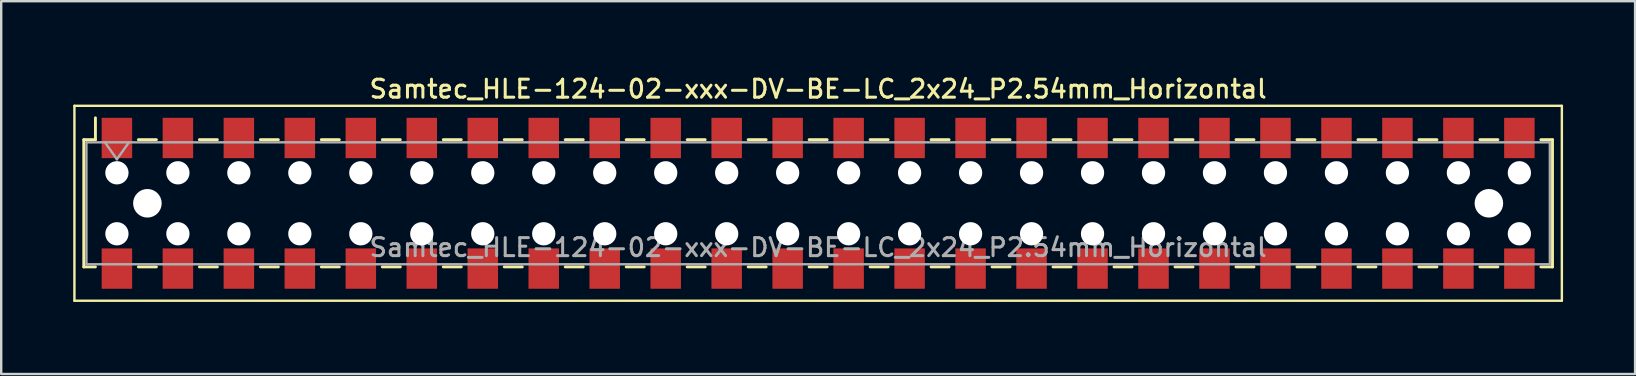
<source format=kicad_pcb>
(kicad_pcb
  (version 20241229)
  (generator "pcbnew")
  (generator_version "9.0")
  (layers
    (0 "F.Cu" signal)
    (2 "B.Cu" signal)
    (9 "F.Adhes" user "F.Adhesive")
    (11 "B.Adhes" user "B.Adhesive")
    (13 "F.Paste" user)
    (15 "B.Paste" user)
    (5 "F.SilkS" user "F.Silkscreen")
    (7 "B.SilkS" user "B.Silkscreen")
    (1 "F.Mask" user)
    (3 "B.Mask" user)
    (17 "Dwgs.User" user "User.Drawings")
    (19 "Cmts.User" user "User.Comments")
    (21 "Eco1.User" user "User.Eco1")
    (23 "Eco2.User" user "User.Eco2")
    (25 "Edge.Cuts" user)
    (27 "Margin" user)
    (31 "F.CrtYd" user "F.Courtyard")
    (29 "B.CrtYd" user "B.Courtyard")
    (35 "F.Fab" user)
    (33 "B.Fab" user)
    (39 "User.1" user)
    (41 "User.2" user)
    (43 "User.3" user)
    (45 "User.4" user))
  (footprint "Samtec_HLE-124-02-xxx-DV-BE-LC_2x24_P2.54mm_Horizontal"
    (layer "F.Cu")
    (at 31.03 5.418)
    (property "Reference" "Samtec_HLE-124-02-xxx-DV-BE-LC_2x24_P2.54mm_Horizontal" (at 0 -4.76 0) (layer "F.SilkS") (effects (font (size 0.75 0.75) (thickness 0.125))))
    (attr smd)
    (fp_line (start -30.98 -4.06) (end 30.98 -4.06) (stroke (width 0.1) (type solid)) (layer "F.SilkS"))
    (fp_line (start -30.98 4.06) (end -30.98 -4.06) (stroke (width 0.1) (type solid)) (layer "F.SilkS"))
    (fp_line (start -30.59 -2.65) (end -30.59 2.65) (stroke (width 0.12) (type solid)) (layer "F.SilkS"))
    (fp_line (start -30.59 2.65) (end -30.105 2.65) (stroke (width 0.12) (type solid)) (layer "F.SilkS"))
    (fp_line (start -30.105 -3.56) (end -30.105 -2.65) (stroke (width 0.12) (type solid)) (layer "F.SilkS"))
    (fp_line (start -30.105 -2.65) (end -30.59 -2.65) (stroke (width 0.12) (type solid)) (layer "F.SilkS"))
    (fp_line (start -28.315 -2.65) (end -27.565 -2.65) (stroke (width 0.12) (type solid)) (layer "F.SilkS"))
    (fp_line (start -28.315 2.65) (end -27.565 2.65) (stroke (width 0.12) (type solid)) (layer "F.SilkS"))
    (fp_line (start -25.775 -2.65) (end -25.025 -2.65) (stroke (width 0.12) (type solid)) (layer "F.SilkS"))
    (fp_line (start -25.775 2.65) (end -25.025 2.65) (stroke (width 0.12) (type solid)) (layer "F.SilkS"))
    (fp_line (start -23.235 -2.65) (end -22.485 -2.65) (stroke (width 0.12) (type solid)) (layer "F.SilkS"))
    (fp_line (start -23.235 2.65) (end -22.485 2.65) (stroke (width 0.12) (type solid)) (layer "F.SilkS"))
    (fp_line (start -20.695 -2.65) (end -19.945 -2.65) (stroke (width 0.12) (type solid)) (layer "F.SilkS"))
    (fp_line (start -20.695 2.65) (end -19.945 2.65) (stroke (width 0.12) (type solid)) (layer "F.SilkS"))
    (fp_line (start -18.155 -2.65) (end -17.405 -2.65) (stroke (width 0.12) (type solid)) (layer "F.SilkS"))
    (fp_line (start -18.155 2.65) (end -17.405 2.65) (stroke (width 0.12) (type solid)) (layer "F.SilkS"))
    (fp_line (start -15.615 -2.65) (end -14.865 -2.65) (stroke (width 0.12) (type solid)) (layer "F.SilkS"))
    (fp_line (start -15.615 2.65) (end -14.865 2.65) (stroke (width 0.12) (type solid)) (layer "F.SilkS"))
    (fp_line (start -13.075 -2.65) (end -12.325 -2.65) (stroke (width 0.12) (type solid)) (layer "F.SilkS"))
    (fp_line (start -13.075 2.65) (end -12.325 2.65) (stroke (width 0.12) (type solid)) (layer "F.SilkS"))
    (fp_line (start -10.535 -2.65) (end -9.785 -2.65) (stroke (width 0.12) (type solid)) (layer "F.SilkS"))
    (fp_line (start -10.535 2.65) (end -9.785 2.65) (stroke (width 0.12) (type solid)) (layer "F.SilkS"))
    (fp_line (start -7.995 -2.65) (end -7.245 -2.65) (stroke (width 0.12) (type solid)) (layer "F.SilkS"))
    (fp_line (start -7.995 2.65) (end -7.245 2.65) (stroke (width 0.12) (type solid)) (layer "F.SilkS"))
    (fp_line (start -5.455 -2.65) (end -4.705 -2.65) (stroke (width 0.12) (type solid)) (layer "F.SilkS"))
    (fp_line (start -5.455 2.65) (end -4.705 2.65) (stroke (width 0.12) (type solid)) (layer "F.SilkS"))
    (fp_line (start -2.915 -2.65) (end -2.165 -2.65) (stroke (width 0.12) (type solid)) (layer "F.SilkS"))
    (fp_line (start -2.915 2.65) (end -2.165 2.65) (stroke (width 0.12) (type solid)) (layer "F.SilkS"))
    (fp_line (start -0.375 -2.65) (end 0.375 -2.65) (stroke (width 0.12) (type solid)) (layer "F.SilkS"))
    (fp_line (start -0.375 2.65) (end 0.375 2.65) (stroke (width 0.12) (type solid)) (layer "F.SilkS"))
    (fp_line (start 2.165 -2.65) (end 2.915 -2.65) (stroke (width 0.12) (type solid)) (layer "F.SilkS"))
    (fp_line (start 2.165 2.65) (end 2.915 2.65) (stroke (width 0.12) (type solid)) (layer "F.SilkS"))
    (fp_line (start 4.705 -2.65) (end 5.455 -2.65) (stroke (width 0.12) (type solid)) (layer "F.SilkS"))
    (fp_line (start 4.705 2.65) (end 5.455 2.65) (stroke (width 0.12) (type solid)) (layer "F.SilkS"))
    (fp_line (start 7.245 -2.65) (end 7.995 -2.65) (stroke (width 0.12) (type solid)) (layer "F.SilkS"))
    (fp_line (start 7.245 2.65) (end 7.995 2.65) (stroke (width 0.12) (type solid)) (layer "F.SilkS"))
    (fp_line (start 9.785 -2.65) (end 10.535 -2.65) (stroke (width 0.12) (type solid)) (layer "F.SilkS"))
    (fp_line (start 9.785 2.65) (end 10.535 2.65) (stroke (width 0.12) (type solid)) (layer "F.SilkS"))
    (fp_line (start 12.325 -2.65) (end 13.075 -2.65) (stroke (width 0.12) (type solid)) (layer "F.SilkS"))
    (fp_line (start 12.325 2.65) (end 13.075 2.65) (stroke (width 0.12) (type solid)) (layer "F.SilkS"))
    (fp_line (start 14.865 -2.65) (end 15.615 -2.65) (stroke (width 0.12) (type solid)) (layer "F.SilkS"))
    (fp_line (start 14.865 2.65) (end 15.615 2.65) (stroke (width 0.12) (type solid)) (layer "F.SilkS"))
    (fp_line (start 17.405 -2.65) (end 18.155 -2.65) (stroke (width 0.12) (type solid)) (layer "F.SilkS"))
    (fp_line (start 17.405 2.65) (end 18.155 2.65) (stroke (width 0.12) (type solid)) (layer "F.SilkS"))
    (fp_line (start 19.945 -2.65) (end 20.695 -2.65) (stroke (width 0.12) (type solid)) (layer "F.SilkS"))
    (fp_line (start 19.945 2.65) (end 20.695 2.65) (stroke (width 0.12) (type solid)) (layer "F.SilkS"))
    (fp_line (start 22.485 -2.65) (end 23.235 -2.65) (stroke (width 0.12) (type solid)) (layer "F.SilkS"))
    (fp_line (start 22.485 2.65) (end 23.235 2.65) (stroke (width 0.12) (type solid)) (layer "F.SilkS"))
    (fp_line (start 25.025 -2.65) (end 25.775 -2.65) (stroke (width 0.12) (type solid)) (layer "F.SilkS"))
    (fp_line (start 25.025 2.65) (end 25.775 2.65) (stroke (width 0.12) (type solid)) (layer "F.SilkS"))
    (fp_line (start 27.565 -2.65) (end 28.315 -2.65) (stroke (width 0.12) (type solid)) (layer "F.SilkS"))
    (fp_line (start 27.565 2.65) (end 28.315 2.65) (stroke (width 0.12) (type solid)) (layer "F.SilkS"))
    (fp_line (start 30.105 -2.65) (end 30.59 -2.65) (stroke (width 0.12) (type solid)) (layer "F.SilkS"))
    (fp_line (start 30.59 -2.65) (end 30.59 2.65) (stroke (width 0.12) (type solid)) (layer "F.SilkS"))
    (fp_line (start 30.59 2.65) (end 30.105 2.65) (stroke (width 0.12) (type solid)) (layer "F.SilkS"))
    (fp_line (start 30.98 -4.06) (end 30.98 4.06) (stroke (width 0.1) (type solid)) (layer "F.SilkS"))
    (fp_line (start 30.98 4.06) (end -30.98 4.06) (stroke (width 0.1) (type solid)) (layer "F.SilkS"))
    (fp_line (start -30.48 -2.54) (end 30.48 -2.54) (stroke (width 0.1) (type solid)) (layer "F.Fab"))
    (fp_line (start -30.48 2.54) (end -30.48 -2.54) (stroke (width 0.1) (type solid)) (layer "F.Fab"))
    (fp_line (start -29.71 -2.54) (end -29.21 -1.833) (stroke (width 0.1) (type solid)) (layer "F.Fab"))
    (fp_line (start -29.21 -1.833) (end -28.71 -2.54) (stroke (width 0.1) (type solid)) (layer "F.Fab"))
    (fp_line (start 30.48 -2.54) (end 30.48 2.54) (stroke (width 0.1) (type solid)) (layer "F.Fab"))
    (fp_line (start 30.48 2.54) (end -30.48 2.54) (stroke (width 0.1) (type solid)) (layer "F.Fab"))
    (fp_text user "${REFERENCE}" (at 0 1.84 0) (layer "F.Fab") (effects (font (size 0.75 0.75) (thickness 0.125))))
    (pad "" np_thru_hole circle (at -29.21 -1.27) (size 0.97 0.97) (drill 0.97) (layers "*.Cu" "*.Mask"))
    (pad "" np_thru_hole circle (at -29.21 1.27) (size 0.97 0.97) (drill 0.97) (layers "*.Cu" "*.Mask"))
    (pad "" np_thru_hole circle (at -27.94 0) (size 1.19 1.19) (drill 1.19) (layers "*.Cu" "*.Mask"))
    (pad "" np_thru_hole circle (at -26.67 -1.27) (size 0.97 0.97) (drill 0.97) (layers "*.Cu" "*.Mask"))
    (pad "" np_thru_hole circle (at -26.67 1.27) (size 0.97 0.97) (drill 0.97) (layers "*.Cu" "*.Mask"))
    (pad "" np_thru_hole circle (at -24.13 -1.27) (size 0.97 0.97) (drill 0.97) (layers "*.Cu" "*.Mask"))
    (pad "" np_thru_hole circle (at -24.13 1.27) (size 0.97 0.97) (drill 0.97) (layers "*.Cu" "*.Mask"))
    (pad "" np_thru_hole circle (at -21.59 -1.27) (size 0.97 0.97) (drill 0.97) (layers "*.Cu" "*.Mask"))
    (pad "" np_thru_hole circle (at -21.59 1.27) (size 0.97 0.97) (drill 0.97) (layers "*.Cu" "*.Mask"))
    (pad "" np_thru_hole circle (at -19.05 -1.27) (size 0.97 0.97) (drill 0.97) (layers "*.Cu" "*.Mask"))
    (pad "" np_thru_hole circle (at -19.05 1.27) (size 0.97 0.97) (drill 0.97) (layers "*.Cu" "*.Mask"))
    (pad "" np_thru_hole circle (at -16.51 -1.27) (size 0.97 0.97) (drill 0.97) (layers "*.Cu" "*.Mask"))
    (pad "" np_thru_hole circle (at -16.51 1.27) (size 0.97 0.97) (drill 0.97) (layers "*.Cu" "*.Mask"))
    (pad "" np_thru_hole circle (at -13.97 -1.27) (size 0.97 0.97) (drill 0.97) (layers "*.Cu" "*.Mask"))
    (pad "" np_thru_hole circle (at -13.97 1.27) (size 0.97 0.97) (drill 0.97) (layers "*.Cu" "*.Mask"))
    (pad "" np_thru_hole circle (at -11.43 -1.27) (size 0.97 0.97) (drill 0.97) (layers "*.Cu" "*.Mask"))
    (pad "" np_thru_hole circle (at -11.43 1.27) (size 0.97 0.97) (drill 0.97) (layers "*.Cu" "*.Mask"))
    (pad "" np_thru_hole circle (at -8.89 -1.27) (size 0.97 0.97) (drill 0.97) (layers "*.Cu" "*.Mask"))
    (pad "" np_thru_hole circle (at -8.89 1.27) (size 0.97 0.97) (drill 0.97) (layers "*.Cu" "*.Mask"))
    (pad "" np_thru_hole circle (at -6.35 -1.27) (size 0.97 0.97) (drill 0.97) (layers "*.Cu" "*.Mask"))
    (pad "" np_thru_hole circle (at -6.35 1.27) (size 0.97 0.97) (drill 0.97) (layers "*.Cu" "*.Mask"))
    (pad "" np_thru_hole circle (at -3.81 -1.27) (size 0.97 0.97) (drill 0.97) (layers "*.Cu" "*.Mask"))
    (pad "" np_thru_hole circle (at -3.81 1.27) (size 0.97 0.97) (drill 0.97) (layers "*.Cu" "*.Mask"))
    (pad "" np_thru_hole circle (at -1.27 -1.27) (size 0.97 0.97) (drill 0.97) (layers "*.Cu" "*.Mask"))
    (pad "" np_thru_hole circle (at -1.27 1.27) (size 0.97 0.97) (drill 0.97) (layers "*.Cu" "*.Mask"))
    (pad "" np_thru_hole circle (at 1.27 -1.27) (size 0.97 0.97) (drill 0.97) (layers "*.Cu" "*.Mask"))
    (pad "" np_thru_hole circle (at 1.27 1.27) (size 0.97 0.97) (drill 0.97) (layers "*.Cu" "*.Mask"))
    (pad "" np_thru_hole circle (at 3.81 -1.27) (size 0.97 0.97) (drill 0.97) (layers "*.Cu" "*.Mask"))
    (pad "" np_thru_hole circle (at 3.81 1.27) (size 0.97 0.97) (drill 0.97) (layers "*.Cu" "*.Mask"))
    (pad "" np_thru_hole circle (at 6.35 -1.27) (size 0.97 0.97) (drill 0.97) (layers "*.Cu" "*.Mask"))
    (pad "" np_thru_hole circle (at 6.35 1.27) (size 0.97 0.97) (drill 0.97) (layers "*.Cu" "*.Mask"))
    (pad "" np_thru_hole circle (at 8.89 -1.27) (size 0.97 0.97) (drill 0.97) (layers "*.Cu" "*.Mask"))
    (pad "" np_thru_hole circle (at 8.89 1.27) (size 0.97 0.97) (drill 0.97) (layers "*.Cu" "*.Mask"))
    (pad "" np_thru_hole circle (at 11.43 -1.27) (size 0.97 0.97) (drill 0.97) (layers "*.Cu" "*.Mask"))
    (pad "" np_thru_hole circle (at 11.43 1.27) (size 0.97 0.97) (drill 0.97) (layers "*.Cu" "*.Mask"))
    (pad "" np_thru_hole circle (at 13.97 -1.27) (size 0.97 0.97) (drill 0.97) (layers "*.Cu" "*.Mask"))
    (pad "" np_thru_hole circle (at 13.97 1.27) (size 0.97 0.97) (drill 0.97) (layers "*.Cu" "*.Mask"))
    (pad "" np_thru_hole circle (at 16.51 -1.27) (size 0.97 0.97) (drill 0.97) (layers "*.Cu" "*.Mask"))
    (pad "" np_thru_hole circle (at 16.51 1.27) (size 0.97 0.97) (drill 0.97) (layers "*.Cu" "*.Mask"))
    (pad "" np_thru_hole circle (at 19.05 -1.27) (size 0.97 0.97) (drill 0.97) (layers "*.Cu" "*.Mask"))
    (pad "" np_thru_hole circle (at 19.05 1.27) (size 0.97 0.97) (drill 0.97) (layers "*.Cu" "*.Mask"))
    (pad "" np_thru_hole circle (at 21.59 -1.27) (size 0.97 0.97) (drill 0.97) (layers "*.Cu" "*.Mask"))
    (pad "" np_thru_hole circle (at 21.59 1.27) (size 0.97 0.97) (drill 0.97) (layers "*.Cu" "*.Mask"))
    (pad "" np_thru_hole circle (at 24.13 -1.27) (size 0.97 0.97) (drill 0.97) (layers "*.Cu" "*.Mask"))
    (pad "" np_thru_hole circle (at 24.13 1.27) (size 0.97 0.97) (drill 0.97) (layers "*.Cu" "*.Mask"))
    (pad "" np_thru_hole circle (at 26.67 -1.27) (size 0.97 0.97) (drill 0.97) (layers "*.Cu" "*.Mask"))
    (pad "" np_thru_hole circle (at 26.67 1.27) (size 0.97 0.97) (drill 0.97) (layers "*.Cu" "*.Mask"))
    (pad "" np_thru_hole circle (at 27.94 0) (size 1.19 1.19) (drill 1.19) (layers "*.Cu" "*.Mask"))
    (pad "" np_thru_hole circle (at 29.21 -1.27) (size 0.97 0.97) (drill 0.97) (layers "*.Cu" "*.Mask"))
    (pad "" np_thru_hole circle (at 29.21 1.27) (size 0.97 0.97) (drill 0.97) (layers "*.Cu" "*.Mask"))
    (pad "1" smd rect (at -29.21 -2.72) (size 1.27 1.68) (layers "F.Cu" "F.Mask" "F.Paste"))
    (pad "2" smd rect (at -29.21 2.72) (size 1.27 1.68) (layers "F.Cu" "F.Mask" "F.Paste"))
    (pad "3" smd rect (at -26.67 -2.72) (size 1.27 1.68) (layers "F.Cu" "F.Mask" "F.Paste"))
    (pad "4" smd rect (at -26.67 2.72) (size 1.27 1.68) (layers "F.Cu" "F.Mask" "F.Paste"))
    (pad "5" smd rect (at -24.13 -2.72) (size 1.27 1.68) (layers "F.Cu" "F.Mask" "F.Paste"))
    (pad "6" smd rect (at -24.13 2.72) (size 1.27 1.68) (layers "F.Cu" "F.Mask" "F.Paste"))
    (pad "7" smd rect (at -21.59 -2.72) (size 1.27 1.68) (layers "F.Cu" "F.Mask" "F.Paste"))
    (pad "8" smd rect (at -21.59 2.72) (size 1.27 1.68) (layers "F.Cu" "F.Mask" "F.Paste"))
    (pad "9" smd rect (at -19.05 -2.72) (size 1.27 1.68) (layers "F.Cu" "F.Mask" "F.Paste"))
    (pad "10" smd rect (at -19.05 2.72) (size 1.27 1.68) (layers "F.Cu" "F.Mask" "F.Paste"))
    (pad "11" smd rect (at -16.51 -2.72) (size 1.27 1.68) (layers "F.Cu" "F.Mask" "F.Paste"))
    (pad "12" smd rect (at -16.51 2.72) (size 1.27 1.68) (layers "F.Cu" "F.Mask" "F.Paste"))
    (pad "13" smd rect (at -13.97 -2.72) (size 1.27 1.68) (layers "F.Cu" "F.Mask" "F.Paste"))
    (pad "14" smd rect (at -13.97 2.72) (size 1.27 1.68) (layers "F.Cu" "F.Mask" "F.Paste"))
    (pad "15" smd rect (at -11.43 -2.72) (size 1.27 1.68) (layers "F.Cu" "F.Mask" "F.Paste"))
    (pad "16" smd rect (at -11.43 2.72) (size 1.27 1.68) (layers "F.Cu" "F.Mask" "F.Paste"))
    (pad "17" smd rect (at -8.89 -2.72) (size 1.27 1.68) (layers "F.Cu" "F.Mask" "F.Paste"))
    (pad "18" smd rect (at -8.89 2.72) (size 1.27 1.68) (layers "F.Cu" "F.Mask" "F.Paste"))
    (pad "19" smd rect (at -6.35 -2.72) (size 1.27 1.68) (layers "F.Cu" "F.Mask" "F.Paste"))
    (pad "20" smd rect (at -6.35 2.72) (size 1.27 1.68) (layers "F.Cu" "F.Mask" "F.Paste"))
    (pad "21" smd rect (at -3.81 -2.72) (size 1.27 1.68) (layers "F.Cu" "F.Mask" "F.Paste"))
    (pad "22" smd rect (at -3.81 2.72) (size 1.27 1.68) (layers "F.Cu" "F.Mask" "F.Paste"))
    (pad "23" smd rect (at -1.27 -2.72) (size 1.27 1.68) (layers "F.Cu" "F.Mask" "F.Paste"))
    (pad "24" smd rect (at -1.27 2.72) (size 1.27 1.68) (layers "F.Cu" "F.Mask" "F.Paste"))
    (pad "25" smd rect (at 1.27 -2.72) (size 1.27 1.68) (layers "F.Cu" "F.Mask" "F.Paste"))
    (pad "26" smd rect (at 1.27 2.72) (size 1.27 1.68) (layers "F.Cu" "F.Mask" "F.Paste"))
    (pad "27" smd rect (at 3.81 -2.72) (size 1.27 1.68) (layers "F.Cu" "F.Mask" "F.Paste"))
    (pad "28" smd rect (at 3.81 2.72) (size 1.27 1.68) (layers "F.Cu" "F.Mask" "F.Paste"))
    (pad "29" smd rect (at 6.35 -2.72) (size 1.27 1.68) (layers "F.Cu" "F.Mask" "F.Paste"))
    (pad "30" smd rect (at 6.35 2.72) (size 1.27 1.68) (layers "F.Cu" "F.Mask" "F.Paste"))
    (pad "31" smd rect (at 8.89 -2.72) (size 1.27 1.68) (layers "F.Cu" "F.Mask" "F.Paste"))
    (pad "32" smd rect (at 8.89 2.72) (size 1.27 1.68) (layers "F.Cu" "F.Mask" "F.Paste"))
    (pad "33" smd rect (at 11.43 -2.72) (size 1.27 1.68) (layers "F.Cu" "F.Mask" "F.Paste"))
    (pad "34" smd rect (at 11.43 2.72) (size 1.27 1.68) (layers "F.Cu" "F.Mask" "F.Paste"))
    (pad "35" smd rect (at 13.97 -2.72) (size 1.27 1.68) (layers "F.Cu" "F.Mask" "F.Paste"))
    (pad "36" smd rect (at 13.97 2.72) (size 1.27 1.68) (layers "F.Cu" "F.Mask" "F.Paste"))
    (pad "37" smd rect (at 16.51 -2.72) (size 1.27 1.68) (layers "F.Cu" "F.Mask" "F.Paste"))
    (pad "38" smd rect (at 16.51 2.72) (size 1.27 1.68) (layers "F.Cu" "F.Mask" "F.Paste"))
    (pad "39" smd rect (at 19.05 -2.72) (size 1.27 1.68) (layers "F.Cu" "F.Mask" "F.Paste"))
    (pad "40" smd rect (at 19.05 2.72) (size 1.27 1.68) (layers "F.Cu" "F.Mask" "F.Paste"))
    (pad "41" smd rect (at 21.59 -2.72) (size 1.27 1.68) (layers "F.Cu" "F.Mask" "F.Paste"))
    (pad "42" smd rect (at 21.59 2.72) (size 1.27 1.68) (layers "F.Cu" "F.Mask" "F.Paste"))
    (pad "43" smd rect (at 24.13 -2.72) (size 1.27 1.68) (layers "F.Cu" "F.Mask" "F.Paste"))
    (pad "44" smd rect (at 24.13 2.72) (size 1.27 1.68) (layers "F.Cu" "F.Mask" "F.Paste"))
    (pad "45" smd rect (at 26.67 -2.72) (size 1.27 1.68) (layers "F.Cu" "F.Mask" "F.Paste"))
    (pad "46" smd rect (at 26.67 2.72) (size 1.27 1.68) (layers "F.Cu" "F.Mask" "F.Paste"))
    (pad "47" smd rect (at 29.21 -2.72) (size 1.27 1.68) (layers "F.Cu" "F.Mask" "F.Paste"))
    (pad "48" smd rect (at 29.21 2.72) (size 1.27 1.68) (layers "F.Cu" "F.Mask" "F.Paste")))
  (gr_rect
    (start -3 -3)
    (end 65.06 12.528)
    (stroke (width 0.1) (type default))
    (fill no)
    (layer "Edge.Cuts")))
</source>
